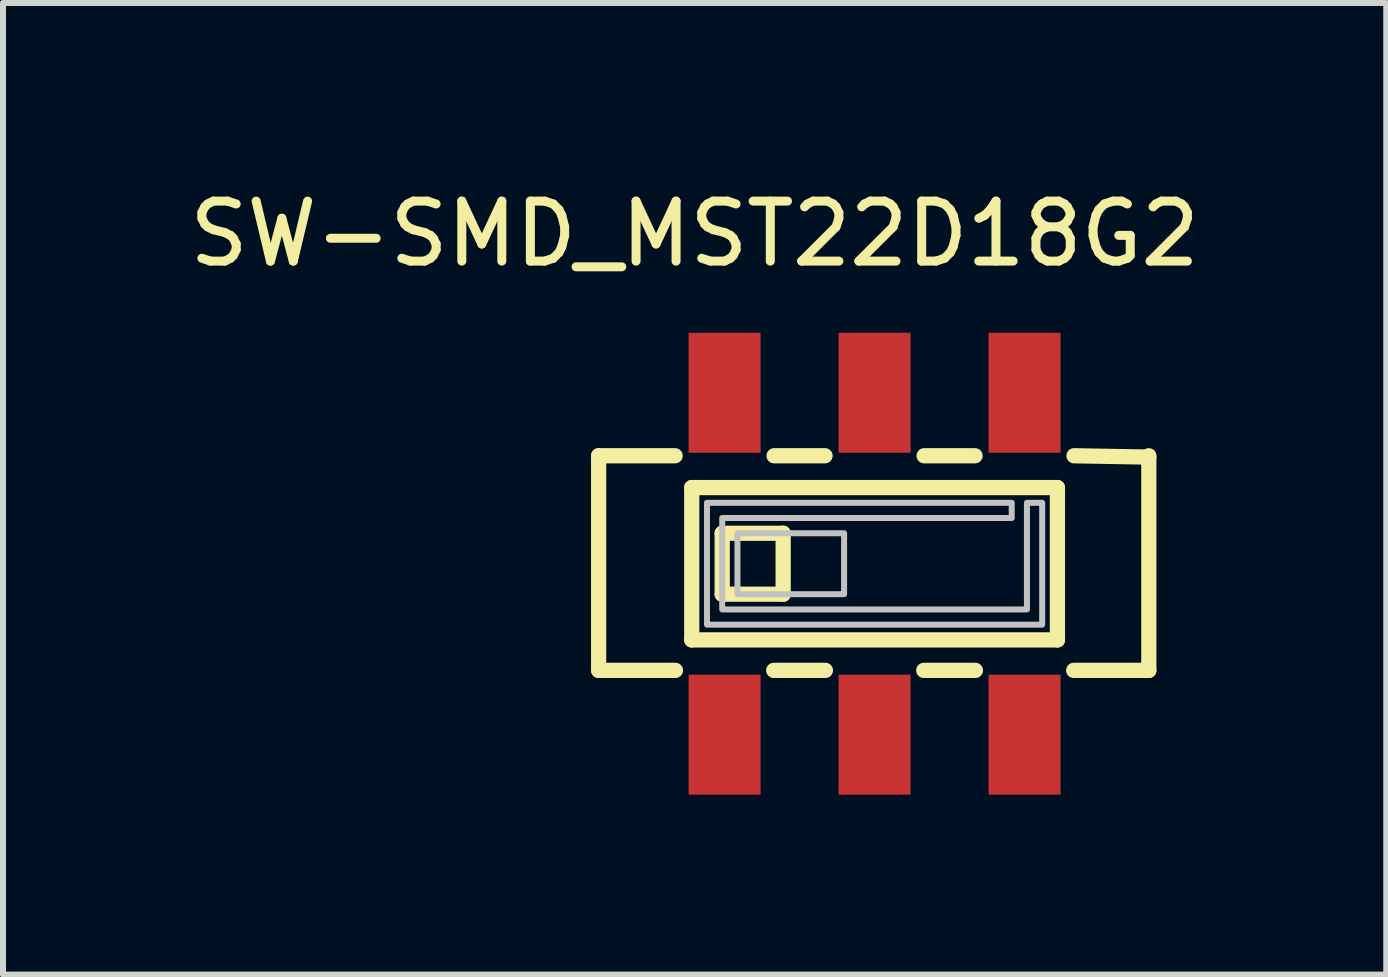
<source format=kicad_pcb>
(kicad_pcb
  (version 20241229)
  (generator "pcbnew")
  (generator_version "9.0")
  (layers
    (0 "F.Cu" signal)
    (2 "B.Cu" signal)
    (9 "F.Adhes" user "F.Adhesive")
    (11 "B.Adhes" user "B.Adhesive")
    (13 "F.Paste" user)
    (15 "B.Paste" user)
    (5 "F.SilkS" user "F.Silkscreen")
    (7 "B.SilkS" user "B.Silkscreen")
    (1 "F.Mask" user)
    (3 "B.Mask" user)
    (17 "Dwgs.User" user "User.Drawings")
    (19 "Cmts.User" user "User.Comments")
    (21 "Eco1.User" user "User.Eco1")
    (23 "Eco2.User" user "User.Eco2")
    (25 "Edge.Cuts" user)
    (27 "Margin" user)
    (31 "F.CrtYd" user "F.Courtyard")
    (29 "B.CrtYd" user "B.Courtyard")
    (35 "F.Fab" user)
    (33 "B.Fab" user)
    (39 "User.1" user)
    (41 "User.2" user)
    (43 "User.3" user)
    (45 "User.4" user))
  (footprint "SW-SMD_MST22D18G2"
    (layer "F.Cu")
    (at 11.53 6.348)
    (property "Reference" "SW-SMD_MST22D18G2" (at -3 -5.5 0) (layer "F.SilkS") (effects (font (size 1 1) (thickness 0.15))))
    (fp_line (start -4.6 -1.8) (end -4.6 1.778) (stroke (width 0.254) (type default)) (layer "F.SilkS"))
    (fp_line (start -4.6 -1.8) (end -3.325 -1.8) (stroke (width 0.254) (type default)) (layer "F.SilkS"))
    (fp_line (start -3.32 1.778) (end -4.6 1.778) (stroke (width 0.254) (type default)) (layer "F.SilkS"))
    (fp_line (start -3.048 -1.27) (end 3.048 -1.27) (stroke (width 0.254) (type default)) (layer "F.SilkS"))
    (fp_line (start -3.048 1.27) (end -3.048 -1.27) (stroke (width 0.254) (type default)) (layer "F.SilkS"))
    (fp_line (start -2.54 -0.508) (end -1.524 -0.508) (stroke (width 0.254) (type default)) (layer "F.SilkS"))
    (fp_line (start -2.54 0.508) (end -2.54 -0.508) (stroke (width 0.254) (type default)) (layer "F.SilkS"))
    (fp_line (start -1.675 -1.8) (end -0.826 -1.8) (stroke (width 0.254) (type default)) (layer "F.SilkS"))
    (fp_line (start -1.524 -0.508) (end -1.524 0.508) (stroke (width 0.254) (type default)) (layer "F.SilkS"))
    (fp_line (start -1.524 0.508) (end -2.54 0.508) (stroke (width 0.254) (type default)) (layer "F.SilkS"))
    (fp_line (start -0.82 1.778) (end -1.681 1.778) (stroke (width 0.254) (type default)) (layer "F.SilkS"))
    (fp_line (start 0.826 -1.8) (end 1.675 -1.8) (stroke (width 0.254) (type default)) (layer "F.SilkS"))
    (fp_line (start 1.681 1.778) (end 0.82 1.778) (stroke (width 0.254) (type default)) (layer "F.SilkS"))
    (fp_line (start 3.048 -1.27) (end 3.048 1.27) (stroke (width 0.254) (type default)) (layer "F.SilkS"))
    (fp_line (start 3.048 1.27) (end -3.048 1.27) (stroke (width 0.254) (type default)) (layer "F.SilkS"))
    (fp_line (start 3.325 -1.8) (end 4.572 -1.778) (stroke (width 0.254) (type default)) (layer "F.SilkS"))
    (fp_line (start 4.572 1.778) (end 3.32 1.778) (stroke (width 0.254) (type default)) (layer "F.SilkS"))
    (fp_line (start 4.572 1.778) (end 4.572 -1.8) (stroke (width 0.254) (type default)) (layer "F.SilkS"))
    (fp_poly (pts (xy -2.286 -0.508) (xy -2.286 0.508) (xy -0.508 0.508) (xy -0.508 -0.508)) (stroke (width 0.1) (type default)) (fill no) (layer "Dwgs.User"))
    (fp_poly (pts (xy -2.54 -1.016) (xy -2.794 -1.016) (xy -2.794 1.016) (xy 2.794 1.016) (xy 2.794 -1.016) (xy 2.54 -1.016) (xy 2.54 0.762) (xy -2.54 0.762) (xy -2.54 -0.762) (xy 2.286 -0.762) (xy 2.286 -1.016)) (stroke (width 0.1) (type default)) (fill no) (layer "Dwgs.User"))
    (fp_poly (pts (xy -2.75 -2.625) (xy -2.75 -3.425) (xy -2.25 -3.425) (xy -2.25 -2.625)) (stroke (width 0.1) (type default)) (fill no) (layer "User.1"))
    (fp_poly (pts (xy -2.75 -1.79) (xy -2.75 -2.635) (xy -2.25 -2.635) (xy -2.25 -1.79)) (stroke (width 0.1) (type default)) (fill no) (layer "User.1"))
    (fp_poly (pts (xy -2.75 2.635) (xy -2.75 1.79) (xy -2.25 1.79) (xy -2.25 2.635)) (stroke (width 0.1) (type default)) (fill no) (layer "User.1"))
    (fp_poly (pts (xy -2.75 3.425) (xy -2.75 2.625) (xy -2.25 2.625) (xy -2.25 3.425)) (stroke (width 0.1) (type default)) (fill no) (layer "User.1"))
    (fp_poly (pts (xy -0.25 -2.625) (xy -0.25 -3.425) (xy 0.25 -3.425) (xy 0.25 -2.625)) (stroke (width 0.1) (type default)) (fill no) (layer "User.1"))
    (fp_poly (pts (xy -0.25 -1.79) (xy -0.25 -2.635) (xy 0.25 -2.635) (xy 0.25 -1.79)) (stroke (width 0.1) (type default)) (fill no) (layer "User.1"))
    (fp_poly (pts (xy -0.25 2.635) (xy -0.25 1.79) (xy 0.25 1.79) (xy 0.25 2.635)) (stroke (width 0.1) (type default)) (fill no) (layer "User.1"))
    (fp_poly (pts (xy -0.25 3.425) (xy -0.25 2.625) (xy 0.25 2.625) (xy 0.25 3.425)) (stroke (width 0.1) (type default)) (fill no) (layer "User.1"))
    (fp_poly (pts (xy 2.25 -2.625) (xy 2.25 -3.425) (xy 2.75 -3.425) (xy 2.75 -2.625)) (stroke (width 0.1) (type default)) (fill no) (layer "User.1"))
    (fp_poly (pts (xy 2.25 -1.79) (xy 2.25 -2.635) (xy 2.75 -2.635) (xy 2.75 -1.79)) (stroke (width 0.1) (type default)) (fill no) (layer "User.1"))
    (fp_poly (pts (xy 2.25 2.635) (xy 2.25 1.79) (xy 2.75 1.79) (xy 2.75 2.635)) (stroke (width 0.1) (type default)) (fill no) (layer "User.1"))
    (fp_poly (pts (xy 2.25 3.425) (xy 2.25 2.625) (xy 2.75 2.625) (xy 2.75 3.425)) (stroke (width 0.1) (type default)) (fill no) (layer "User.1"))
    (fp_line (start -4.55 -1.8) (end 4.55 -1.8) (stroke (width 0.051) (type default)) (layer "User.2"))
    (fp_line (start -4.55 1.8) (end -4.55 -1.8) (stroke (width 0.051) (type default)) (layer "User.2"))
    (fp_line (start 4.55 -1.8) (end 4.55 1.8) (stroke (width 0.051) (type default)) (layer "User.2"))
    (fp_line (start 4.55 1.8) (end -4.55 1.8) (stroke (width 0.051) (type default)) (layer "User.2"))
    (fp_poly (pts (xy -4.49 -3.425) (xy -4.508 -3.467) (xy -4.55 -3.485) (xy -4.592 -3.467) (xy -4.61 -3.425) (xy -4.592 -3.383) (xy -4.55 -3.365) (xy -4.508 -3.383)) (stroke (width 0.1) (type default)) (fill no) (layer "User.3"))
    (pad "1" smd rect (at -2.5 -2.85 180) (size 1.2 2) (layers "F.Cu" "F.Mask" "F.Paste"))
    (pad "2" smd rect (at 0 -2.85 180) (size 1.2 2) (layers "F.Cu" "F.Mask" "F.Paste"))
    (pad "3" smd rect (at 2.5 -2.85 180) (size 1.2 2) (layers "F.Cu" "F.Mask" "F.Paste"))
    (pad "4" smd rect (at -2.5 2.85 180) (size 1.2 2) (layers "F.Cu" "F.Mask" "F.Paste"))
    (pad "5" smd rect (at 0 2.85 180) (size 1.2 2) (layers "F.Cu" "F.Mask" "F.Paste"))
    (pad "6" smd rect (at 2.5 2.85 180) (size 1.2 2) (layers "F.Cu" "F.Mask" "F.Paste")))
  (gr_rect
    (start -3 -3)
    (end 20.06 13.198)
    (stroke (width 0.1) (type default))
    (fill no)
    (layer "Edge.Cuts")))
</source>
